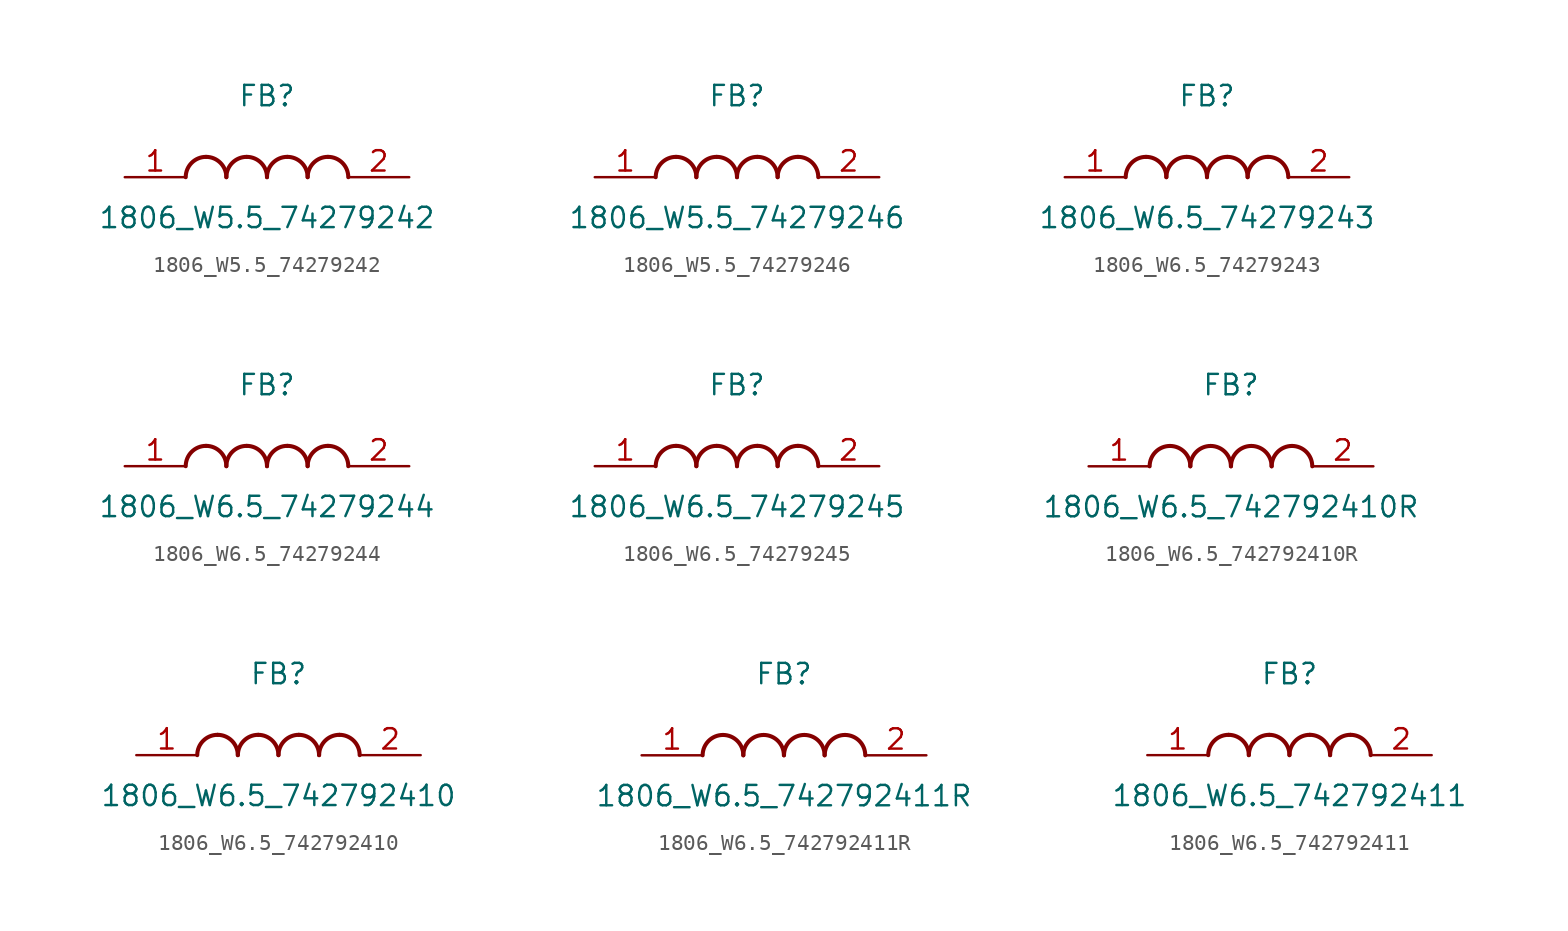
<source format=kicad_sym>
(kicad_symbol_lib
  (version 20211014)
  (generator kicad_symbol_editor)
  (symbol "Ferrite_Wurth_WE-CBF:1806_W5.5_74279242"
    (pin_names hide)
    (property "Reference" "FB"
      (at 0 5.08 0)
      (effects (font (size 1.27 1.27))))
    (property "Value" "1806_W5.5_74279242"
      (at 0 -2.54 0)
      (effects (font (size 1.27 1.27))))
    (symbol "1806_W5.5_74279242_0_1"
      (arc (start -3.81 1.27) (mid -4.708 0.898) (end -5.08 0) (stroke (width 0.254) (type default)) (fill (type none)))
      (arc (start -2.54 0) (mid -2.912 0.898) (end -3.81 1.27) (stroke (width 0.254) (type default)) (fill (type none)))
      (arc (start -1.2699 1.2701) (mid -2.1679 0.8981) (end -2.5399 0.0001) (stroke (width 0.254) (type default)) (fill (type none)))
      (arc (start 0.0001 0.0001) (mid -0.3719 0.8981) (end -1.2699 1.2701) (stroke (width 0.254) (type default)) (fill (type none)))
      (arc (start 1.2701 1.2701) (mid 0.3721 0.8981) (end 0.0001 0.0001) (stroke (width 0.254) (type default)) (fill (type none)))
      (arc (start 2.5401 0.0001) (mid 2.1681 0.8981) (end 1.2701 1.2701) (stroke (width 0.254) (type default)) (fill (type none)))
      (arc (start 3.8101 1.2701) (mid 2.9121 0.8981) (end 2.5401 0.0001) (stroke (width 0.254) (type default)) (fill (type none)))
      (arc (start 5.0801 0.0001) (mid 4.7081 0.8981) (end 3.8101 1.2701) (stroke (width 0.254) (type default)) (fill (type none))))
    (symbol "1806_W5.5_74279242_1_1"
      (pin passive line (at -8.89 0 0) (length 3.81) (name "1" (effects (font (size 1.27 1.27)))) (number "1" (effects (font (size 1.27 1.27)))))
      (pin passive line (at 8.89 0 180) (length 3.81) (name "2" (effects (font (size 1.27 1.27)))) (number "2" (effects (font (size 1.27 1.27)))))))
  (symbol "Ferrite_Wurth_WE-CBF:1806_W5.5_74279246"
    (pin_names hide)
    (property "Reference" "FB"
      (at 0 5.08 0)
      (effects (font (size 1.27 1.27))))
    (property "Value" "1806_W5.5_74279246"
      (at 0 -2.54 0)
      (effects (font (size 1.27 1.27))))
    (symbol "1806_W5.5_74279246_0_1"
      (arc (start -3.81 1.27) (mid -4.708 0.898) (end -5.08 0) (stroke (width 0.254) (type default)) (fill (type none)))
      (arc (start -2.54 0) (mid -2.912 0.898) (end -3.81 1.27) (stroke (width 0.254) (type default)) (fill (type none)))
      (arc (start -1.2699 1.2701) (mid -2.1679 0.8981) (end -2.5399 0.0001) (stroke (width 0.254) (type default)) (fill (type none)))
      (arc (start 0.0001 0.0001) (mid -0.3719 0.8981) (end -1.2699 1.2701) (stroke (width 0.254) (type default)) (fill (type none)))
      (arc (start 1.2701 1.2701) (mid 0.3721 0.8981) (end 0.0001 0.0001) (stroke (width 0.254) (type default)) (fill (type none)))
      (arc (start 2.5401 0.0001) (mid 2.1681 0.8981) (end 1.2701 1.2701) (stroke (width 0.254) (type default)) (fill (type none)))
      (arc (start 3.8101 1.2701) (mid 2.9121 0.8981) (end 2.5401 0.0001) (stroke (width 0.254) (type default)) (fill (type none)))
      (arc (start 5.0801 0.0001) (mid 4.7081 0.8981) (end 3.8101 1.2701) (stroke (width 0.254) (type default)) (fill (type none))))
    (symbol "1806_W5.5_74279246_1_1"
      (pin passive line (at -8.89 0 0) (length 3.81) (name "1" (effects (font (size 1.27 1.27)))) (number "1" (effects (font (size 1.27 1.27)))))
      (pin passive line (at 8.89 0 180) (length 3.81) (name "2" (effects (font (size 1.27 1.27)))) (number "2" (effects (font (size 1.27 1.27)))))))
  (symbol "Ferrite_Wurth_WE-CBF:1806_W6.5_74279243"
    (pin_names hide)
    (property "Reference" "FB"
      (at 0 5.08 0)
      (effects (font (size 1.27 1.27))))
    (property "Value" "1806_W6.5_74279243"
      (at 0 -2.54 0)
      (effects (font (size 1.27 1.27))))
    (symbol "1806_W6.5_74279243_0_1"
      (arc (start -3.81 1.27) (mid -4.708 0.898) (end -5.08 0) (stroke (width 0.254) (type default)) (fill (type none)))
      (arc (start -2.54 0) (mid -2.912 0.898) (end -3.81 1.27) (stroke (width 0.254) (type default)) (fill (type none)))
      (arc (start -1.2699 1.2701) (mid -2.1679 0.8981) (end -2.5399 0.0001) (stroke (width 0.254) (type default)) (fill (type none)))
      (arc (start 0.0001 0.0001) (mid -0.3719 0.8981) (end -1.2699 1.2701) (stroke (width 0.254) (type default)) (fill (type none)))
      (arc (start 1.2701 1.2701) (mid 0.3721 0.8981) (end 0.0001 0.0001) (stroke (width 0.254) (type default)) (fill (type none)))
      (arc (start 2.5401 0.0001) (mid 2.1681 0.8981) (end 1.2701 1.2701) (stroke (width 0.254) (type default)) (fill (type none)))
      (arc (start 3.8101 1.2701) (mid 2.9121 0.8981) (end 2.5401 0.0001) (stroke (width 0.254) (type default)) (fill (type none)))
      (arc (start 5.0801 0.0001) (mid 4.7081 0.8981) (end 3.8101 1.2701) (stroke (width 0.254) (type default)) (fill (type none))))
    (symbol "1806_W6.5_74279243_1_1"
      (pin passive line (at -8.89 0 0) (length 3.81) (name "1" (effects (font (size 1.27 1.27)))) (number "1" (effects (font (size 1.27 1.27)))))
      (pin passive line (at 8.89 0 180) (length 3.81) (name "2" (effects (font (size 1.27 1.27)))) (number "2" (effects (font (size 1.27 1.27)))))))
  (symbol "Ferrite_Wurth_WE-CBF:1806_W6.5_74279244"
    (pin_names hide)
    (property "Reference" "FB"
      (at 0 5.08 0)
      (effects (font (size 1.27 1.27))))
    (property "Value" "1806_W6.5_74279244"
      (at 0 -2.54 0)
      (effects (font (size 1.27 1.27))))
    (symbol "1806_W6.5_74279244_0_1"
      (arc (start -3.81 1.27) (mid -4.708 0.898) (end -5.08 0) (stroke (width 0.254) (type default)) (fill (type none)))
      (arc (start -2.54 0) (mid -2.912 0.898) (end -3.81 1.27) (stroke (width 0.254) (type default)) (fill (type none)))
      (arc (start -1.2699 1.2701) (mid -2.1679 0.8981) (end -2.5399 0.0001) (stroke (width 0.254) (type default)) (fill (type none)))
      (arc (start 0.0001 0.0001) (mid -0.3719 0.8981) (end -1.2699 1.2701) (stroke (width 0.254) (type default)) (fill (type none)))
      (arc (start 1.2701 1.2701) (mid 0.3721 0.8981) (end 0.0001 0.0001) (stroke (width 0.254) (type default)) (fill (type none)))
      (arc (start 2.5401 0.0001) (mid 2.1681 0.8981) (end 1.2701 1.2701) (stroke (width 0.254) (type default)) (fill (type none)))
      (arc (start 3.8101 1.2701) (mid 2.9121 0.8981) (end 2.5401 0.0001) (stroke (width 0.254) (type default)) (fill (type none)))
      (arc (start 5.0801 0.0001) (mid 4.7081 0.8981) (end 3.8101 1.2701) (stroke (width 0.254) (type default)) (fill (type none))))
    (symbol "1806_W6.5_74279244_1_1"
      (pin passive line (at -8.89 0 0) (length 3.81) (name "1" (effects (font (size 1.27 1.27)))) (number "1" (effects (font (size 1.27 1.27)))))
      (pin passive line (at 8.89 0 180) (length 3.81) (name "2" (effects (font (size 1.27 1.27)))) (number "2" (effects (font (size 1.27 1.27)))))))
  (symbol "Ferrite_Wurth_WE-CBF:1806_W6.5_74279245"
    (pin_names hide)
    (property "Reference" "FB"
      (at 0 5.08 0)
      (effects (font (size 1.27 1.27))))
    (property "Value" "1806_W6.5_74279245"
      (at 0 -2.54 0)
      (effects (font (size 1.27 1.27))))
    (symbol "1806_W6.5_74279245_0_1"
      (arc (start -3.81 1.27) (mid -4.708 0.898) (end -5.08 0) (stroke (width 0.254) (type default)) (fill (type none)))
      (arc (start -2.54 0) (mid -2.912 0.898) (end -3.81 1.27) (stroke (width 0.254) (type default)) (fill (type none)))
      (arc (start -1.2699 1.2701) (mid -2.1679 0.8981) (end -2.5399 0.0001) (stroke (width 0.254) (type default)) (fill (type none)))
      (arc (start 0.0001 0.0001) (mid -0.3719 0.8981) (end -1.2699 1.2701) (stroke (width 0.254) (type default)) (fill (type none)))
      (arc (start 1.2701 1.2701) (mid 0.3721 0.8981) (end 0.0001 0.0001) (stroke (width 0.254) (type default)) (fill (type none)))
      (arc (start 2.5401 0.0001) (mid 2.1681 0.8981) (end 1.2701 1.2701) (stroke (width 0.254) (type default)) (fill (type none)))
      (arc (start 3.8101 1.2701) (mid 2.9121 0.8981) (end 2.5401 0.0001) (stroke (width 0.254) (type default)) (fill (type none)))
      (arc (start 5.0801 0.0001) (mid 4.7081 0.8981) (end 3.8101 1.2701) (stroke (width 0.254) (type default)) (fill (type none))))
    (symbol "1806_W6.5_74279245_1_1"
      (pin passive line (at -8.89 0 0) (length 3.81) (name "1" (effects (font (size 1.27 1.27)))) (number "1" (effects (font (size 1.27 1.27)))))
      (pin passive line (at 8.89 0 180) (length 3.81) (name "2" (effects (font (size 1.27 1.27)))) (number "2" (effects (font (size 1.27 1.27)))))))
  (symbol "Ferrite_Wurth_WE-CBF:1806_W6.5_742792410R"
    (pin_names hide)
    (property "Reference" "FB"
      (at 0 5.08 0)
      (effects (font (size 1.27 1.27))))
    (property "Value" "1806_W6.5_742792410R"
      (at 0 -2.54 0)
      (effects (font (size 1.27 1.27))))
    (symbol "1806_W6.5_742792410R_0_1"
      (arc (start -3.81 1.27) (mid -4.708 0.898) (end -5.08 0) (stroke (width 0.254) (type default)) (fill (type none)))
      (arc (start -2.54 0) (mid -2.912 0.898) (end -3.81 1.27) (stroke (width 0.254) (type default)) (fill (type none)))
      (arc (start -1.2699 1.2701) (mid -2.1679 0.8981) (end -2.5399 0.0001) (stroke (width 0.254) (type default)) (fill (type none)))
      (arc (start 0.0001 0.0001) (mid -0.3719 0.8981) (end -1.2699 1.2701) (stroke (width 0.254) (type default)) (fill (type none)))
      (arc (start 1.2701 1.2701) (mid 0.3721 0.8981) (end 0.0001 0.0001) (stroke (width 0.254) (type default)) (fill (type none)))
      (arc (start 2.5401 0.0001) (mid 2.1681 0.8981) (end 1.2701 1.2701) (stroke (width 0.254) (type default)) (fill (type none)))
      (arc (start 3.8101 1.2701) (mid 2.9121 0.8981) (end 2.5401 0.0001) (stroke (width 0.254) (type default)) (fill (type none)))
      (arc (start 5.0801 0.0001) (mid 4.7081 0.8981) (end 3.8101 1.2701) (stroke (width 0.254) (type default)) (fill (type none))))
    (symbol "1806_W6.5_742792410R_1_1"
      (pin passive line (at -8.89 0 0) (length 3.81) (name "1" (effects (font (size 1.27 1.27)))) (number "1" (effects (font (size 1.27 1.27)))))
      (pin passive line (at 8.89 0 180) (length 3.81) (name "2" (effects (font (size 1.27 1.27)))) (number "2" (effects (font (size 1.27 1.27)))))))
  (symbol "Ferrite_Wurth_WE-CBF:1806_W6.5_742792410"
    (pin_names hide)
    (property "Reference" "FB"
      (at 0 5.08 0)
      (effects (font (size 1.27 1.27))))
    (property "Value" "1806_W6.5_742792410"
      (at 0 -2.54 0)
      (effects (font (size 1.27 1.27))))
    (symbol "1806_W6.5_742792410_0_1"
      (arc (start -3.81 1.27) (mid -4.708 0.898) (end -5.08 0) (stroke (width 0.254) (type default)) (fill (type none)))
      (arc (start -2.54 0) (mid -2.912 0.898) (end -3.81 1.27) (stroke (width 0.254) (type default)) (fill (type none)))
      (arc (start -1.2699 1.2701) (mid -2.1679 0.8981) (end -2.5399 0.0001) (stroke (width 0.254) (type default)) (fill (type none)))
      (arc (start 0.0001 0.0001) (mid -0.3719 0.8981) (end -1.2699 1.2701) (stroke (width 0.254) (type default)) (fill (type none)))
      (arc (start 1.2701 1.2701) (mid 0.3721 0.8981) (end 0.0001 0.0001) (stroke (width 0.254) (type default)) (fill (type none)))
      (arc (start 2.5401 0.0001) (mid 2.1681 0.8981) (end 1.2701 1.2701) (stroke (width 0.254) (type default)) (fill (type none)))
      (arc (start 3.8101 1.2701) (mid 2.9121 0.8981) (end 2.5401 0.0001) (stroke (width 0.254) (type default)) (fill (type none)))
      (arc (start 5.0801 0.0001) (mid 4.7081 0.8981) (end 3.8101 1.2701) (stroke (width 0.254) (type default)) (fill (type none))))
    (symbol "1806_W6.5_742792410_1_1"
      (pin passive line (at -8.89 0 0) (length 3.81) (name "1" (effects (font (size 1.27 1.27)))) (number "1" (effects (font (size 1.27 1.27)))))
      (pin passive line (at 8.89 0 180) (length 3.81) (name "2" (effects (font (size 1.27 1.27)))) (number "2" (effects (font (size 1.27 1.27)))))))
  (symbol "Ferrite_Wurth_WE-CBF:1806_W6.5_742792411R"
    (pin_names hide)
    (property "Reference" "FB"
      (at 0 5.08 0)
      (effects (font (size 1.27 1.27))))
    (property "Value" "1806_W6.5_742792411R"
      (at 0 -2.54 0)
      (effects (font (size 1.27 1.27))))
    (symbol "1806_W6.5_742792411R_0_1"
      (arc (start -3.81 1.27) (mid -4.708 0.898) (end -5.08 0) (stroke (width 0.254) (type default)) (fill (type none)))
      (arc (start -2.54 0) (mid -2.912 0.898) (end -3.81 1.27) (stroke (width 0.254) (type default)) (fill (type none)))
      (arc (start -1.2699 1.2701) (mid -2.1679 0.8981) (end -2.5399 0.0001) (stroke (width 0.254) (type default)) (fill (type none)))
      (arc (start 0.0001 0.0001) (mid -0.3719 0.8981) (end -1.2699 1.2701) (stroke (width 0.254) (type default)) (fill (type none)))
      (arc (start 1.2701 1.2701) (mid 0.3721 0.8981) (end 0.0001 0.0001) (stroke (width 0.254) (type default)) (fill (type none)))
      (arc (start 2.5401 0.0001) (mid 2.1681 0.8981) (end 1.2701 1.2701) (stroke (width 0.254) (type default)) (fill (type none)))
      (arc (start 3.8101 1.2701) (mid 2.9121 0.8981) (end 2.5401 0.0001) (stroke (width 0.254) (type default)) (fill (type none)))
      (arc (start 5.0801 0.0001) (mid 4.7081 0.8981) (end 3.8101 1.2701) (stroke (width 0.254) (type default)) (fill (type none))))
    (symbol "1806_W6.5_742792411R_1_1"
      (pin passive line (at -8.89 0 0) (length 3.81) (name "1" (effects (font (size 1.27 1.27)))) (number "1" (effects (font (size 1.27 1.27)))))
      (pin passive line (at 8.89 0 180) (length 3.81) (name "2" (effects (font (size 1.27 1.27)))) (number "2" (effects (font (size 1.27 1.27)))))))
  (symbol "Ferrite_Wurth_WE-CBF:1806_W6.5_742792411"
    (pin_names hide)
    (property "Reference" "FB"
      (at 0 5.08 0)
      (effects (font (size 1.27 1.27))))
    (property "Value" "1806_W6.5_742792411"
      (at 0 -2.54 0)
      (effects (font (size 1.27 1.27))))
    (symbol "1806_W6.5_742792411_0_1"
      (arc (start -3.81 1.27) (mid -4.708 0.898) (end -5.08 0) (stroke (width 0.254) (type default)) (fill (type none)))
      (arc (start -2.54 0) (mid -2.912 0.898) (end -3.81 1.27) (stroke (width 0.254) (type default)) (fill (type none)))
      (arc (start -1.2699 1.2701) (mid -2.1679 0.8981) (end -2.5399 0.0001) (stroke (width 0.254) (type default)) (fill (type none)))
      (arc (start 0.0001 0.0001) (mid -0.3719 0.8981) (end -1.2699 1.2701) (stroke (width 0.254) (type default)) (fill (type none)))
      (arc (start 1.2701 1.2701) (mid 0.3721 0.8981) (end 0.0001 0.0001) (stroke (width 0.254) (type default)) (fill (type none)))
      (arc (start 2.5401 0.0001) (mid 2.1681 0.8981) (end 1.2701 1.2701) (stroke (width 0.254) (type default)) (fill (type none)))
      (arc (start 3.8101 1.2701) (mid 2.9121 0.8981) (end 2.5401 0.0001) (stroke (width 0.254) (type default)) (fill (type none)))
      (arc (start 5.0801 0.0001) (mid 4.7081 0.8981) (end 3.8101 1.2701) (stroke (width 0.254) (type default)) (fill (type none))))
    (symbol "1806_W6.5_742792411_1_1"
      (pin passive line (at -8.89 0 0) (length 3.81) (name "1" (effects (font (size 1.27 1.27)))) (number "1" (effects (font (size 1.27 1.27)))))
      (pin passive line (at 8.89 0 180) (length 3.81) (name "2" (effects (font (size 1.27 1.27)))) (number "2" (effects (font (size 1.27 1.27))))))))
</source>
